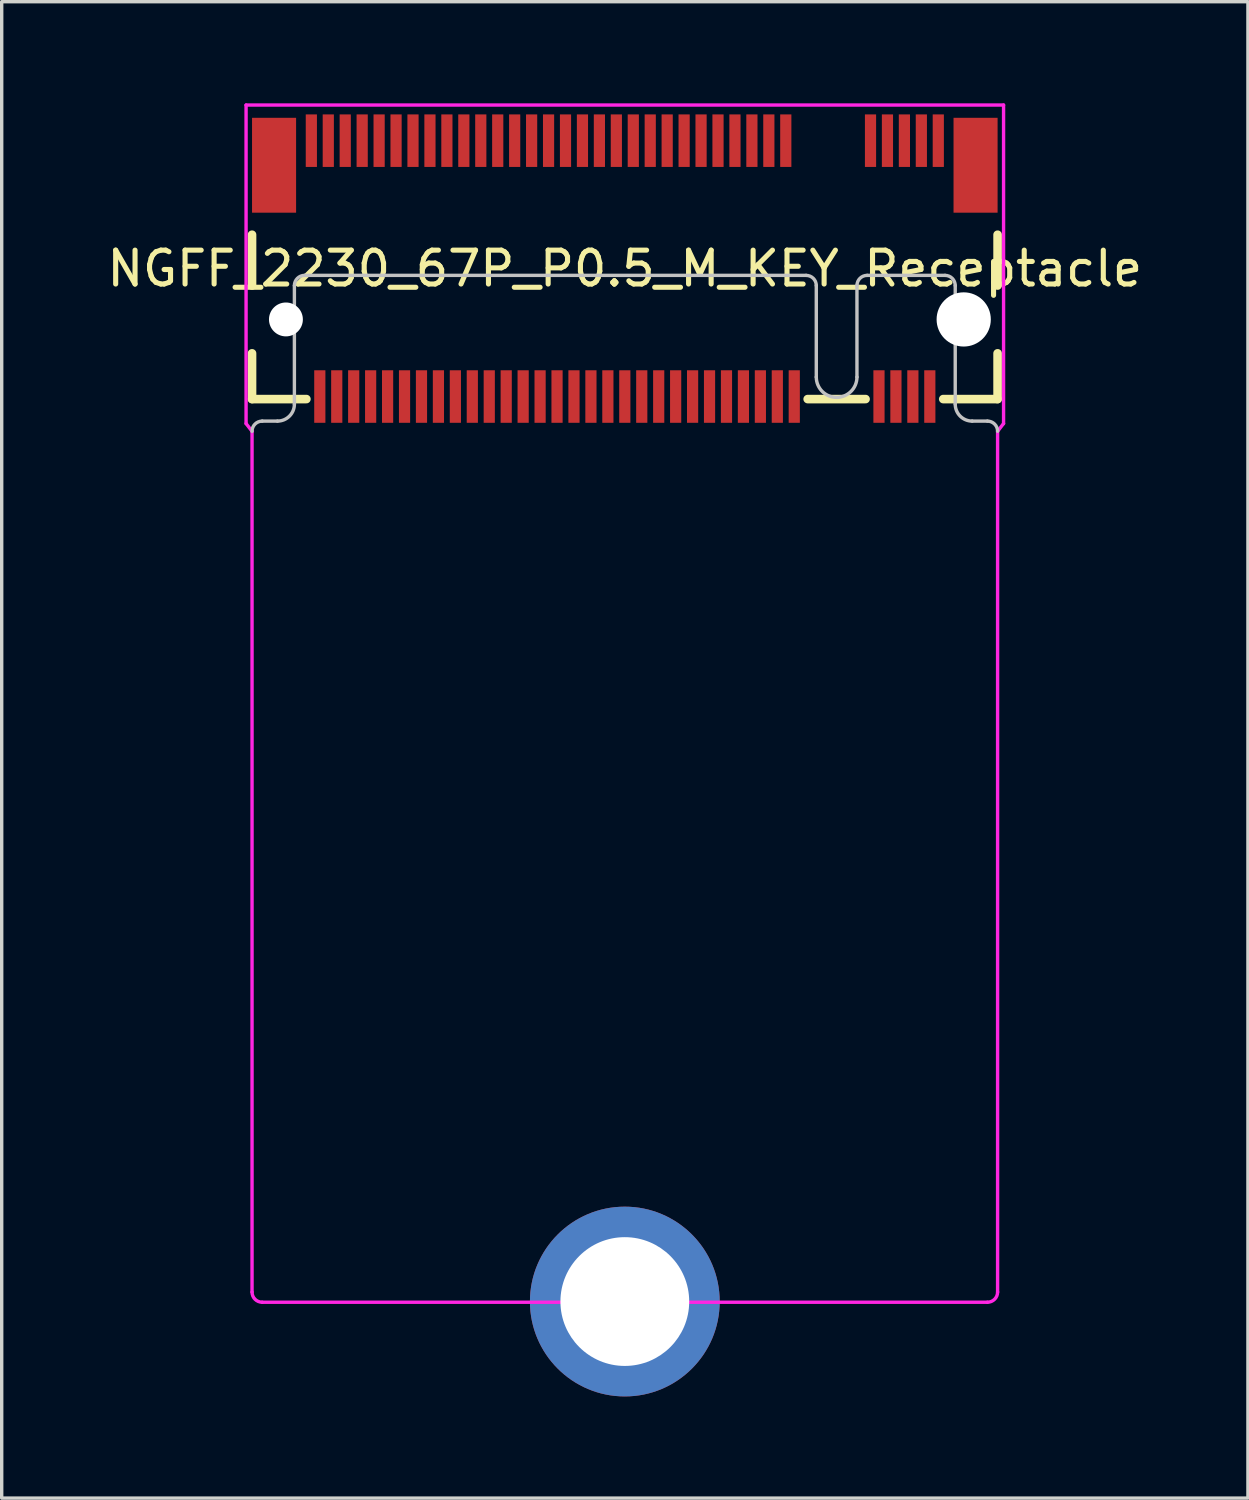
<source format=kicad_pcb>
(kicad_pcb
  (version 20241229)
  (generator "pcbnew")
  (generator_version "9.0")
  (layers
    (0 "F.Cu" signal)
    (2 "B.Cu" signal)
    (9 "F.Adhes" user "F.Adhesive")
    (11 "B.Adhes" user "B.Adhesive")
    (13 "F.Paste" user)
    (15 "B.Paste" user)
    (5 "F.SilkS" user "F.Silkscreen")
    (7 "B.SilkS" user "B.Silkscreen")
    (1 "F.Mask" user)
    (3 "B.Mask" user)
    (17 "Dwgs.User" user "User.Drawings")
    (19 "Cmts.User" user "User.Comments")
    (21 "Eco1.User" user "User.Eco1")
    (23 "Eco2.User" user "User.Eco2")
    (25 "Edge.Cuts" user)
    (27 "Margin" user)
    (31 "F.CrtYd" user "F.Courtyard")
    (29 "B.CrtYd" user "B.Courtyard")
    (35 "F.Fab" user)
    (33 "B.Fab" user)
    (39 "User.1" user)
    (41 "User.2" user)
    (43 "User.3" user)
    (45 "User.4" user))
  (footprint "NGFF_2230_67P_P0.5_M_KEY_Receptacle"
    (layer "F.Cu")
    (at 15.387 4.876)
    (property "Reference" "NGFF_2230_67P_P0.5_M_KEY_Receptacle" (at 0 0 0) (layer "F.SilkS") (effects (font (size 1 1) (thickness 0.15))))
    (attr through_hole)
    (fp_line (start -11 0.5) (end -11 -1) (stroke (width 0.254) (type solid)) (layer "F.SilkS"))
    (fp_line (start -11 3.85) (end -11 2.5) (stroke (width 0.254) (type solid)) (layer "F.SilkS"))
    (fp_line (start -11 3.85) (end -9.396 3.85) (stroke (width 0.254) (type solid)) (layer "F.SilkS"))
    (fp_line (start 5.396 3.85) (end 7.104 3.85) (stroke (width 0.254) (type solid)) (layer "F.SilkS"))
    (fp_line (start 9.396 3.85) (end 11 3.85) (stroke (width 0.254) (type solid)) (layer "F.SilkS"))
    (fp_line (start 11 0.5) (end 11 -1) (stroke (width 0.254) (type solid)) (layer "F.SilkS"))
    (fp_line (start 11 3.85) (end 11 2.5) (stroke (width 0.254) (type solid)) (layer "F.SilkS"))
    (fp_line (start -10.25 4.5) (end -10.7 4.5) (stroke (width 0.1) (type solid)) (layer "Dwgs.User"))
    (fp_line (start -9.75 0.5) (end -9.75 4) (stroke (width 0.1) (type solid)) (layer "Dwgs.User"))
    (fp_line (start 5.35 0.2) (end -9.45 0.2) (stroke (width 0.1) (type solid)) (layer "Dwgs.User"))
    (fp_line (start 5.65 0.5) (end 5.65 3.2) (stroke (width 0.1) (type solid)) (layer "Dwgs.User"))
    (fp_line (start 6.85 0.5) (end 6.85 3.2) (stroke (width 0.1) (type solid)) (layer "Dwgs.User"))
    (fp_line (start 7.15 0.2) (end 9.45 0.2) (stroke (width 0.1) (type solid)) (layer "Dwgs.User"))
    (fp_line (start 9.75 0.5) (end 9.75 4) (stroke (width 0.1) (type solid)) (layer "Dwgs.User"))
    (fp_line (start 10.7 4.5) (end 10.25 4.5) (stroke (width 0.1) (type solid)) (layer "Dwgs.User"))
    (fp_arc (start -11 4.8) (mid -10.912132 4.587868) (end -10.7 4.5) (stroke (width 0.1) (type solid)) (layer "Dwgs.User"))
    (fp_arc (start -9.75 0.5) (mid -9.662132 0.287868) (end -9.45 0.2) (stroke (width 0.1) (type solid)) (layer "Dwgs.User"))
    (fp_arc (start -9.75 4) (mid -9.896447 4.353553) (end -10.25 4.5) (stroke (width 0.1) (type solid)) (layer "Dwgs.User"))
    (fp_arc (start 5.35 0.2) (mid 5.562132 0.287868) (end 5.65 0.5) (stroke (width 0.1) (type solid)) (layer "Dwgs.User"))
    (fp_arc (start 6.85 0.5) (mid 6.937868 0.287868) (end 7.15 0.2) (stroke (width 0.1) (type solid)) (layer "Dwgs.User"))
    (fp_arc (start 6.85 3.2) (mid 6.25 3.8) (end 5.65 3.2) (stroke (width 0.1) (type solid)) (layer "Dwgs.User"))
    (fp_arc (start 9.45 0.2) (mid 9.662132 0.287868) (end 9.75 0.5) (stroke (width 0.1) (type solid)) (layer "Dwgs.User"))
    (fp_arc (start 10.25 4.5) (mid 9.896447 4.353553) (end 9.75 4) (stroke (width 0.1) (type solid)) (layer "Dwgs.User"))
    (fp_arc (start 10.7 4.5) (mid 10.912132 4.587868) (end 11 4.8) (stroke (width 0.1) (type solid)) (layer "Dwgs.User"))
    (fp_line (start -11.176 -4.826) (end 11.176 -4.826) (stroke (width 0.1) (type solid)) (layer "F.CrtYd"))
    (fp_line (start -11.176 4.572) (end -11.176 -4.826) (stroke (width 0.1) (type solid)) (layer "F.CrtYd"))
    (fp_line (start -11.176 4.572) (end -11 4.8) (stroke (width 0.1) (type solid)) (layer "F.CrtYd"))
    (fp_line (start -11 4.8) (end -11 30.2) (stroke (width 0.1) (type solid)) (layer "F.CrtYd"))
    (fp_line (start -10.7 30.5) (end -1.5 30.5) (stroke (width 0.1) (type solid)) (layer "F.CrtYd"))
    (fp_line (start 1.5 30.5) (end 10.7 30.5) (stroke (width 0.1) (type solid)) (layer "F.CrtYd"))
    (fp_line (start 11 4.8) (end 11 30.2) (stroke (width 0.1) (type solid)) (layer "F.CrtYd"))
    (fp_line (start 11.176 -4.826) (end 11.176 4.572) (stroke (width 0.1) (type solid)) (layer "F.CrtYd"))
    (fp_line (start 11.176 4.572) (end 11 4.8) (stroke (width 0.1) (type solid)) (layer "F.CrtYd"))
    (fp_arc (start -10.7 30.5) (mid -10.912132 30.412132) (end -11 30.2) (stroke (width 0.1) (type solid)) (layer "F.CrtYd"))
    (fp_arc (start -1.240192 30.35) (mid -1.35 30.459808) (end -1.5 30.5) (stroke (width 0.1) (type solid)) (layer "F.CrtYd"))
    (fp_arc (start -1.240166 30.349872) (mid 0.000065 29.334861) (end 1.240192 30.35) (stroke (width 0.1) (type solid)) (layer "F.CrtYd"))
    (fp_arc (start 1.5 30.5) (mid 1.35 30.459808) (end 1.240192 30.35) (stroke (width 0.1) (type solid)) (layer "F.CrtYd"))
    (fp_arc (start 11 30.2) (mid 10.912132 30.412132) (end 10.7 30.5) (stroke (width 0.1) (type solid)) (layer "F.CrtYd"))
    (pad "" np_thru_hole circle (at -10 1.5) (size 1 1) (drill 1) (layers "*.Cu" "*.Mask"))
    (pad "" np_thru_hole circle (at 10 1.5) (size 1.6 1.6) (drill 1.6) (layers "*.Cu" "*.Mask"))
    (pad "1" smd rect (at -9.25 -3.775) (size 0.33 1.55) (layers "F.Cu" "F.Mask" "F.Paste"))
    (pad "2" smd rect (at -9 3.775) (size 0.33 1.55) (layers "F.Cu" "F.Mask" "F.Paste"))
    (pad "3" smd rect (at -8.75 -3.775) (size 0.33 1.55) (layers "F.Cu" "F.Mask" "F.Paste"))
    (pad "4" smd rect (at -8.5 3.775) (size 0.33 1.55) (layers "F.Cu" "F.Mask" "F.Paste"))
    (pad "5" smd rect (at -8.25 -3.775) (size 0.33 1.55) (layers "F.Cu" "F.Mask" "F.Paste"))
    (pad "6" smd rect (at -8 3.775) (size 0.33 1.55) (layers "F.Cu" "F.Mask" "F.Paste"))
    (pad "7" smd rect (at -7.75 -3.775) (size 0.33 1.55) (layers "F.Cu" "F.Mask" "F.Paste"))
    (pad "8" smd rect (at -7.5 3.775) (size 0.33 1.55) (layers "F.Cu" "F.Mask" "F.Paste"))
    (pad "9" smd rect (at -7.25 -3.775) (size 0.33 1.55) (layers "F.Cu" "F.Mask" "F.Paste"))
    (pad "10" smd rect (at -7 3.775) (size 0.33 1.55) (layers "F.Cu" "F.Mask" "F.Paste"))
    (pad "11" smd rect (at -6.75 -3.775) (size 0.33 1.55) (layers "F.Cu" "F.Mask" "F.Paste"))
    (pad "12" smd rect (at -6.5 3.775) (size 0.33 1.55) (layers "F.Cu" "F.Mask" "F.Paste"))
    (pad "13" smd rect (at -6.25 -3.775) (size 0.33 1.55) (layers "F.Cu" "F.Mask" "F.Paste"))
    (pad "14" smd rect (at -6 3.775) (size 0.33 1.55) (layers "F.Cu" "F.Mask" "F.Paste"))
    (pad "15" smd rect (at -5.75 -3.775) (size 0.33 1.55) (layers "F.Cu" "F.Mask" "F.Paste"))
    (pad "16" smd rect (at -5.5 3.775) (size 0.33 1.55) (layers "F.Cu" "F.Mask" "F.Paste"))
    (pad "17" smd rect (at -5.25 -3.775) (size 0.33 1.55) (layers "F.Cu" "F.Mask" "F.Paste"))
    (pad "18" smd rect (at -5 3.775) (size 0.33 1.55) (layers "F.Cu" "F.Mask" "F.Paste"))
    (pad "19" smd rect (at -4.75 -3.775) (size 0.33 1.55) (layers "F.Cu" "F.Mask" "F.Paste"))
    (pad "20" smd rect (at -4.5 3.775) (size 0.33 1.55) (layers "F.Cu" "F.Mask" "F.Paste"))
    (pad "21" smd rect (at -4.25 -3.775) (size 0.33 1.55) (layers "F.Cu" "F.Mask" "F.Paste"))
    (pad "22" smd rect (at -4 3.775) (size 0.33 1.55) (layers "F.Cu" "F.Mask" "F.Paste"))
    (pad "23" smd rect (at -3.75 -3.775) (size 0.33 1.55) (layers "F.Cu" "F.Mask" "F.Paste"))
    (pad "24" smd rect (at -3.5 3.775) (size 0.33 1.55) (layers "F.Cu" "F.Mask" "F.Paste"))
    (pad "25" smd rect (at -3.25 -3.775) (size 0.33 1.55) (layers "F.Cu" "F.Mask" "F.Paste"))
    (pad "26" smd rect (at -3 3.775) (size 0.33 1.55) (layers "F.Cu" "F.Mask" "F.Paste"))
    (pad "27" smd rect (at -2.75 -3.775) (size 0.33 1.55) (layers "F.Cu" "F.Mask" "F.Paste"))
    (pad "28" smd rect (at -2.5 3.775) (size 0.33 1.55) (layers "F.Cu" "F.Mask" "F.Paste"))
    (pad "29" smd rect (at -2.25 -3.775) (size 0.33 1.55) (layers "F.Cu" "F.Mask" "F.Paste"))
    (pad "30" smd rect (at -2 3.775) (size 0.33 1.55) (layers "F.Cu" "F.Mask" "F.Paste"))
    (pad "31" smd rect (at -1.75 -3.775) (size 0.33 1.55) (layers "F.Cu" "F.Mask" "F.Paste"))
    (pad "32" smd rect (at -1.5 3.775) (size 0.33 1.55) (layers "F.Cu" "F.Mask" "F.Paste"))
    (pad "33" smd rect (at -1.25 -3.775) (size 0.33 1.55) (layers "F.Cu" "F.Mask" "F.Paste"))
    (pad "34" smd rect (at -1 3.775) (size 0.33 1.55) (layers "F.Cu" "F.Mask" "F.Paste"))
    (pad "35" smd rect (at -0.75 -3.775) (size 0.33 1.55) (layers "F.Cu" "F.Mask" "F.Paste"))
    (pad "36" smd rect (at -0.5 3.775) (size 0.33 1.55) (layers "F.Cu" "F.Mask" "F.Paste"))
    (pad "37" smd rect (at -0.25 -3.775) (size 0.33 1.55) (layers "F.Cu" "F.Mask" "F.Paste"))
    (pad "38" smd rect (at 0 3.775) (size 0.33 1.55) (layers "F.Cu" "F.Mask" "F.Paste"))
    (pad "39" smd rect (at 0.25 -3.775) (size 0.33 1.55) (layers "F.Cu" "F.Mask" "F.Paste"))
    (pad "40" smd rect (at 0.5 3.775) (size 0.33 1.55) (layers "F.Cu" "F.Mask" "F.Paste"))
    (pad "41" smd rect (at 0.75 -3.775) (size 0.33 1.55) (layers "F.Cu" "F.Mask" "F.Paste"))
    (pad "42" smd rect (at 1 3.775) (size 0.33 1.55) (layers "F.Cu" "F.Mask" "F.Paste"))
    (pad "43" smd rect (at 1.25 -3.775) (size 0.33 1.55) (layers "F.Cu" "F.Mask" "F.Paste"))
    (pad "44" smd rect (at 1.5 3.775) (size 0.33 1.55) (layers "F.Cu" "F.Mask" "F.Paste"))
    (pad "45" smd rect (at 1.75 -3.775) (size 0.33 1.55) (layers "F.Cu" "F.Mask" "F.Paste"))
    (pad "46" smd rect (at 2 3.775) (size 0.33 1.55) (layers "F.Cu" "F.Mask" "F.Paste"))
    (pad "47" smd rect (at 2.25 -3.775) (size 0.33 1.55) (layers "F.Cu" "F.Mask" "F.Paste"))
    (pad "48" smd rect (at 2.5 3.775) (size 0.33 1.55) (layers "F.Cu" "F.Mask" "F.Paste"))
    (pad "49" smd rect (at 2.75 -3.775) (size 0.33 1.55) (layers "F.Cu" "F.Mask" "F.Paste"))
    (pad "50" smd rect (at 3 3.775) (size 0.33 1.55) (layers "F.Cu" "F.Mask" "F.Paste"))
    (pad "51" smd rect (at 3.25 -3.775) (size 0.33 1.55) (layers "F.Cu" "F.Mask" "F.Paste"))
    (pad "52" smd rect (at 3.5 3.775) (size 0.33 1.55) (layers "F.Cu" "F.Mask" "F.Paste"))
    (pad "53" smd rect (at 3.75 -3.775) (size 0.33 1.55) (layers "F.Cu" "F.Mask" "F.Paste"))
    (pad "54" smd rect (at 4 3.775) (size 0.33 1.55) (layers "F.Cu" "F.Mask" "F.Paste"))
    (pad "55" smd rect (at 4.25 -3.775) (size 0.33 1.55) (layers "F.Cu" "F.Mask" "F.Paste"))
    (pad "56" smd rect (at 4.5 3.775) (size 0.33 1.55) (layers "F.Cu" "F.Mask" "F.Paste"))
    (pad "57" smd rect (at 4.75 -3.775) (size 0.33 1.55) (layers "F.Cu" "F.Mask" "F.Paste"))
    (pad "58" smd rect (at 5 3.775) (size 0.33 1.55) (layers "F.Cu" "F.Mask" "F.Paste"))
    (pad "67" smd rect (at 7.25 -3.775) (size 0.33 1.55) (layers "F.Cu" "F.Mask" "F.Paste"))
    (pad "68" smd rect (at 7.5 3.775) (size 0.33 1.55) (layers "F.Cu" "F.Mask" "F.Paste"))
    (pad "69" smd rect (at 7.75 -3.775) (size 0.33 1.55) (layers "F.Cu" "F.Mask" "F.Paste"))
    (pad "70" smd rect (at 8 3.775) (size 0.33 1.55) (layers "F.Cu" "F.Mask" "F.Paste"))
    (pad "71" smd rect (at 8.25 -3.775) (size 0.33 1.55) (layers "F.Cu" "F.Mask" "F.Paste"))
    (pad "72" smd rect (at 8.5 3.775) (size 0.33 1.55) (layers "F.Cu" "F.Mask" "F.Paste"))
    (pad "73" smd rect (at 8.75 -3.775) (size 0.33 1.55) (layers "F.Cu" "F.Mask" "F.Paste"))
    (pad "74" smd rect (at 9 3.775) (size 0.33 1.55) (layers "F.Cu" "F.Mask" "F.Paste"))
    (pad "75" smd rect (at 9.25 -3.775) (size 0.33 1.55) (layers "F.Cu" "F.Mask" "F.Paste"))
    (pad "MP" smd rect (at -10.35 -3.05) (size 1.3 2.8) (layers "F.Cu" "F.Mask" "F.Paste"))
    (pad "MP" thru_hole circle (at 0 30.48) (size 5.6 5.6) (drill 3.8) (layers "*.Cu" "*.Mask"))
    (pad "MP" smd rect (at 10.35 -3.05) (size 1.3 2.8) (layers "F.Cu" "F.Mask" "F.Paste")))
  (gr_rect
    (start -3 -3)
    (end 33.774 41.156)
    (stroke (width 0.1) (type default))
    (fill no)
    (layer "Edge.Cuts")))
</source>
